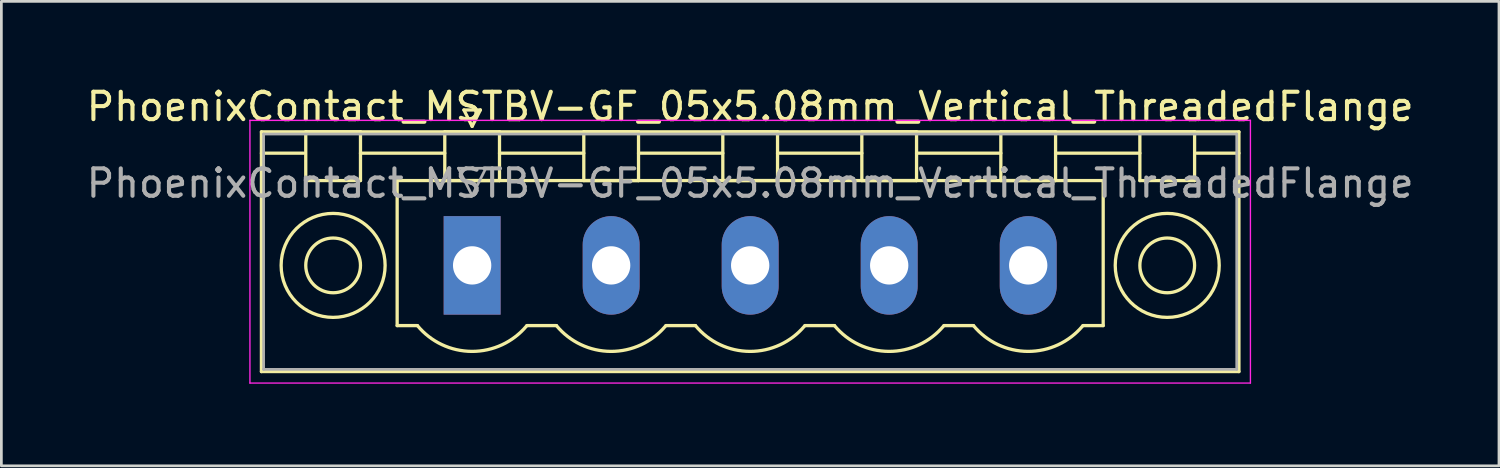
<source format=kicad_pcb>
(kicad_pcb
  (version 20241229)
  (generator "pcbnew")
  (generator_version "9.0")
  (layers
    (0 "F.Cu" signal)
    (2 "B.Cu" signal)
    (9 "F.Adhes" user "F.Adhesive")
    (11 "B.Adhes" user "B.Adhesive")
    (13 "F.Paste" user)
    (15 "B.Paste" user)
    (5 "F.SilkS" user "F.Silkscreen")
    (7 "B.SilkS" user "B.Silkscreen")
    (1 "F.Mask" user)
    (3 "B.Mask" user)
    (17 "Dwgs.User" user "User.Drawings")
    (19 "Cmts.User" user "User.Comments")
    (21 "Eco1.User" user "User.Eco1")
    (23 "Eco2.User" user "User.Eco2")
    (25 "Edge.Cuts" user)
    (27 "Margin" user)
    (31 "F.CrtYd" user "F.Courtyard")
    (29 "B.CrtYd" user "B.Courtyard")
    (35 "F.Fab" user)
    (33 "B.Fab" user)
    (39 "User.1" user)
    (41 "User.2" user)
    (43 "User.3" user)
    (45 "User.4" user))
  (footprint "PhoenixContact_MSTBV-GF_05x5.08mm_Vertical_ThreadedFlange"
    (layer "F.Cu")
    (at 14.203 6.648)
    (property "Reference" "PhoenixContact_MSTBV-GF_05x5.08mm_Vertical_ThreadedFlange" (at 10.16 -5.8 0) (layer "F.SilkS") (effects (font (size 1 1) (thickness 0.15))))
    (attr through_hole)
    (fp_line (start -7.7 -4.88) (end -7.7 3.88) (stroke (width 0.12) (type solid)) (layer "F.SilkS"))
    (fp_line (start -7.7 -4.1) (end -6.16 -4.1) (stroke (width 0.12) (type solid)) (layer "F.SilkS"))
    (fp_line (start -7.7 3.88) (end 28.02 3.88) (stroke (width 0.12) (type solid)) (layer "F.SilkS"))
    (fp_line (start -6.08 -4.88) (end -4.08 -4.88) (stroke (width 0.12) (type solid)) (layer "F.SilkS"))
    (fp_line (start -6.08 -3.1) (end -6.08 -4.88) (stroke (width 0.12) (type solid)) (layer "F.SilkS"))
    (fp_line (start -4.08 -4.88) (end -4.08 -3.1) (stroke (width 0.12) (type solid)) (layer "F.SilkS"))
    (fp_line (start -4.08 -4.1) (end -1 -4.1) (stroke (width 0.12) (type solid)) (layer "F.SilkS"))
    (fp_line (start -4.08 -3.1) (end -6.08 -3.1) (stroke (width 0.12) (type solid)) (layer "F.SilkS"))
    (fp_line (start -2.74 -3.1) (end 23.06 -3.1) (stroke (width 0.12) (type solid)) (layer "F.SilkS"))
    (fp_line (start -2.74 2.2) (end -2.74 -3.1) (stroke (width 0.12) (type solid)) (layer "F.SilkS"))
    (fp_line (start -2 2.2) (end -2.74 2.2) (stroke (width 0.12) (type solid)) (layer "F.SilkS"))
    (fp_line (start -1 -4.88) (end 1 -4.88) (stroke (width 0.12) (type solid)) (layer "F.SilkS"))
    (fp_line (start -1 -3.1) (end -1 -4.88) (stroke (width 0.12) (type solid)) (layer "F.SilkS"))
    (fp_line (start -0.3 -5.68) (end 0.3 -5.68) (stroke (width 0.12) (type solid)) (layer "F.SilkS"))
    (fp_line (start 0 -5.08) (end -0.3 -5.68) (stroke (width 0.12) (type solid)) (layer "F.SilkS"))
    (fp_line (start 0.3 -5.68) (end 0 -5.08) (stroke (width 0.12) (type solid)) (layer "F.SilkS"))
    (fp_line (start 1 -4.88) (end 1 -3.1) (stroke (width 0.12) (type solid)) (layer "F.SilkS"))
    (fp_line (start 1 -4.1) (end 4.08 -4.1) (stroke (width 0.12) (type solid)) (layer "F.SilkS"))
    (fp_line (start 1 -3.1) (end -1 -3.1) (stroke (width 0.12) (type solid)) (layer "F.SilkS"))
    (fp_line (start 2 2.2) (end 3.08 2.2) (stroke (width 0.12) (type solid)) (layer "F.SilkS"))
    (fp_line (start 4.08 -4.88) (end 6.08 -4.88) (stroke (width 0.12) (type solid)) (layer "F.SilkS"))
    (fp_line (start 4.08 -3.1) (end 4.08 -4.88) (stroke (width 0.12) (type solid)) (layer "F.SilkS"))
    (fp_line (start 6.08 -4.88) (end 6.08 -3.1) (stroke (width 0.12) (type solid)) (layer "F.SilkS"))
    (fp_line (start 6.08 -4.1) (end 9.16 -4.1) (stroke (width 0.12) (type solid)) (layer "F.SilkS"))
    (fp_line (start 6.08 -3.1) (end 4.08 -3.1) (stroke (width 0.12) (type solid)) (layer "F.SilkS"))
    (fp_line (start 7.08 2.2) (end 8.16 2.2) (stroke (width 0.12) (type solid)) (layer "F.SilkS"))
    (fp_line (start 9.16 -4.88) (end 11.16 -4.88) (stroke (width 0.12) (type solid)) (layer "F.SilkS"))
    (fp_line (start 9.16 -3.1) (end 9.16 -4.88) (stroke (width 0.12) (type solid)) (layer "F.SilkS"))
    (fp_line (start 11.16 -4.88) (end 11.16 -3.1) (stroke (width 0.12) (type solid)) (layer "F.SilkS"))
    (fp_line (start 11.16 -4.1) (end 14.24 -4.1) (stroke (width 0.12) (type solid)) (layer "F.SilkS"))
    (fp_line (start 11.16 -3.1) (end 9.16 -3.1) (stroke (width 0.12) (type solid)) (layer "F.SilkS"))
    (fp_line (start 12.16 2.2) (end 13.24 2.2) (stroke (width 0.12) (type solid)) (layer "F.SilkS"))
    (fp_line (start 14.24 -4.88) (end 16.24 -4.88) (stroke (width 0.12) (type solid)) (layer "F.SilkS"))
    (fp_line (start 14.24 -3.1) (end 14.24 -4.88) (stroke (width 0.12) (type solid)) (layer "F.SilkS"))
    (fp_line (start 16.24 -4.88) (end 16.24 -3.1) (stroke (width 0.12) (type solid)) (layer "F.SilkS"))
    (fp_line (start 16.24 -4.1) (end 19.32 -4.1) (stroke (width 0.12) (type solid)) (layer "F.SilkS"))
    (fp_line (start 16.24 -3.1) (end 14.24 -3.1) (stroke (width 0.12) (type solid)) (layer "F.SilkS"))
    (fp_line (start 17.24 2.2) (end 18.32 2.2) (stroke (width 0.12) (type solid)) (layer "F.SilkS"))
    (fp_line (start 19.32 -4.88) (end 21.32 -4.88) (stroke (width 0.12) (type solid)) (layer "F.SilkS"))
    (fp_line (start 19.32 -3.1) (end 19.32 -4.88) (stroke (width 0.12) (type solid)) (layer "F.SilkS"))
    (fp_line (start 21.32 -4.88) (end 21.32 -3.1) (stroke (width 0.12) (type solid)) (layer "F.SilkS"))
    (fp_line (start 21.32 -4.1) (end 24.4 -4.1) (stroke (width 0.12) (type solid)) (layer "F.SilkS"))
    (fp_line (start 21.32 -3.1) (end 19.32 -3.1) (stroke (width 0.12) (type solid)) (layer "F.SilkS"))
    (fp_line (start 23.06 -3.1) (end 23.06 2.2) (stroke (width 0.12) (type solid)) (layer "F.SilkS"))
    (fp_line (start 23.06 2.2) (end 22.32 2.2) (stroke (width 0.12) (type solid)) (layer "F.SilkS"))
    (fp_line (start 24.4 -4.88) (end 26.4 -4.88) (stroke (width 0.12) (type solid)) (layer "F.SilkS"))
    (fp_line (start 24.4 -3.1) (end 24.4 -4.88) (stroke (width 0.12) (type solid)) (layer "F.SilkS"))
    (fp_line (start 26.4 -4.88) (end 26.4 -3.1) (stroke (width 0.12) (type solid)) (layer "F.SilkS"))
    (fp_line (start 26.4 -3.1) (end 24.4 -3.1) (stroke (width 0.12) (type solid)) (layer "F.SilkS"))
    (fp_line (start 28.02 -4.88) (end -7.7 -4.88) (stroke (width 0.12) (type solid)) (layer "F.SilkS"))
    (fp_line (start 28.02 -4.1) (end 26.48 -4.1) (stroke (width 0.12) (type solid)) (layer "F.SilkS"))
    (fp_line (start 28.02 3.88) (end 28.02 -4.88) (stroke (width 0.12) (type solid)) (layer "F.SilkS"))
    (fp_arc (start 1.986842 2.215821) (mid -0.010289 3.142758) (end -2 2.2) (stroke (width 0.12) (type solid)) (layer "F.SilkS"))
    (fp_arc (start 7.066842 2.215821) (mid 5.069711 3.142758) (end 3.08 2.2) (stroke (width 0.12) (type solid)) (layer "F.SilkS"))
    (fp_arc (start 12.146842 2.215821) (mid 10.149711 3.142758) (end 8.16 2.2) (stroke (width 0.12) (type solid)) (layer "F.SilkS"))
    (fp_arc (start 17.226842 2.215821) (mid 15.229711 3.142758) (end 13.24 2.2) (stroke (width 0.12) (type solid)) (layer "F.SilkS"))
    (fp_arc (start 22.306842 2.215821) (mid 20.309711 3.142758) (end 18.32 2.2) (stroke (width 0.12) (type solid)) (layer "F.SilkS"))
    (fp_circle (center -5.08 0) (end -4.08 0) (stroke (width 0.12) (type solid)) (fill no) (layer "F.SilkS"))
    (fp_circle (center -5.08 0) (end -3.18 0) (stroke (width 0.12) (type solid)) (fill no) (layer "F.SilkS"))
    (fp_circle (center 25.4 0) (end 26.4 0) (stroke (width 0.12) (type solid)) (fill no) (layer "F.SilkS"))
    (fp_circle (center 25.4 0) (end 27.3 0) (stroke (width 0.12) (type solid)) (fill no) (layer "F.SilkS"))
    (fp_line (start -8.12 -5.3) (end -8.12 4.3) (stroke (width 0.05) (type solid)) (layer "F.CrtYd"))
    (fp_line (start -8.12 4.3) (end 28.44 4.3) (stroke (width 0.05) (type solid)) (layer "F.CrtYd"))
    (fp_line (start 28.44 -5.3) (end -8.12 -5.3) (stroke (width 0.05) (type solid)) (layer "F.CrtYd"))
    (fp_line (start 28.44 4.3) (end 28.44 -5.3) (stroke (width 0.05) (type solid)) (layer "F.CrtYd"))
    (fp_line (start -7.62 -4.8) (end -7.62 3.8) (stroke (width 0.1) (type solid)) (layer "F.Fab"))
    (fp_line (start -7.62 3.8) (end 27.94 3.8) (stroke (width 0.1) (type solid)) (layer "F.Fab"))
    (fp_line (start -0.5 -3.55) (end 0.5 -3.55) (stroke (width 0.1) (type solid)) (layer "F.Fab"))
    (fp_line (start 0 -2.55) (end -0.5 -3.55) (stroke (width 0.1) (type solid)) (layer "F.Fab"))
    (fp_line (start 0.5 -3.55) (end 0 -2.55) (stroke (width 0.1) (type solid)) (layer "F.Fab"))
    (fp_line (start 27.94 -4.8) (end -7.62 -4.8) (stroke (width 0.1) (type solid)) (layer "F.Fab"))
    (fp_line (start 27.94 3.8) (end 27.94 -4.8) (stroke (width 0.1) (type solid)) (layer "F.Fab"))
    (fp_text user "${REFERENCE}" (at 10.16 -3 0) (layer "F.Fab") (effects (font (size 1 1) (thickness 0.15))))
    (pad "1" thru_hole rect (at 0 0) (size 2.08 3.6) (drill 1.4) (layers "*.Cu" "*.Mask"))
    (pad "2" thru_hole oval (at 5.08 0) (size 2.08 3.6) (drill 1.4) (layers "*.Cu" "*.Mask"))
    (pad "3" thru_hole oval (at 10.16 0) (size 2.08 3.6) (drill 1.4) (layers "*.Cu" "*.Mask"))
    (pad "4" thru_hole oval (at 15.24 0) (size 2.08 3.6) (drill 1.4) (layers "*.Cu" "*.Mask"))
    (pad "5" thru_hole oval (at 20.32 0) (size 2.08 3.6) (drill 1.4) (layers "*.Cu" "*.Mask")))
  (gr_rect
    (start -3 -3)
    (end 51.726 13.973)
    (stroke (width 0.1) (type default))
    (fill no)
    (layer "Edge.Cuts")))
</source>
